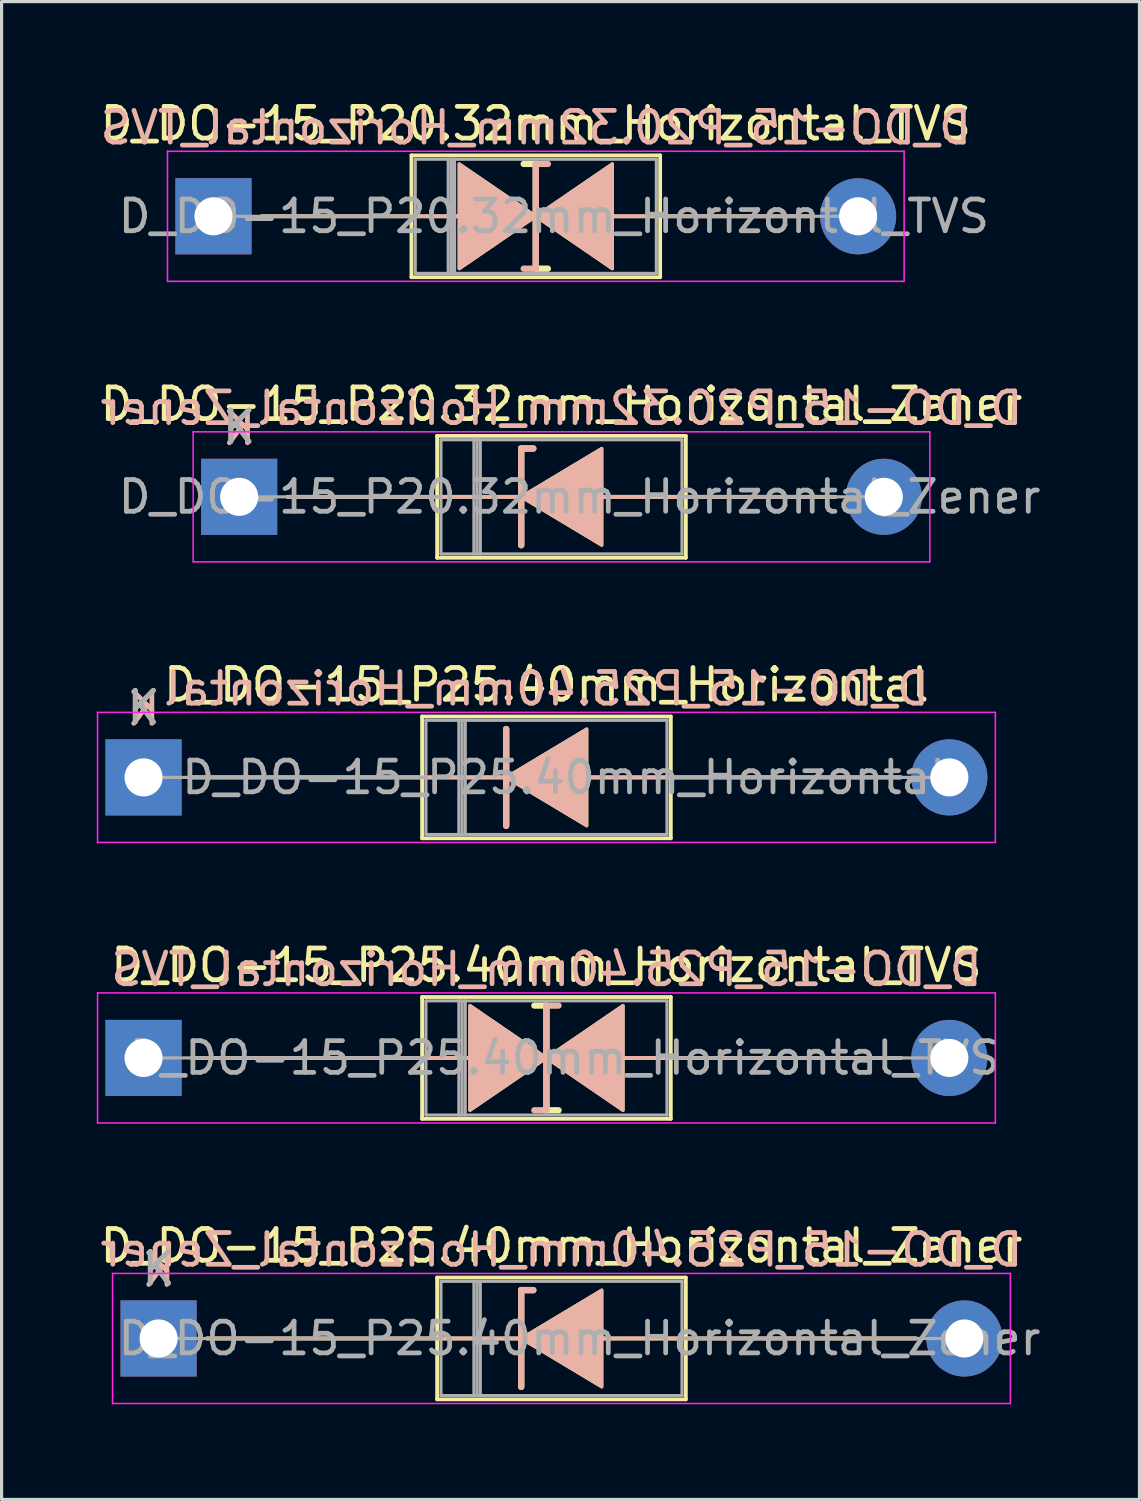
<source format=kicad_pcb>
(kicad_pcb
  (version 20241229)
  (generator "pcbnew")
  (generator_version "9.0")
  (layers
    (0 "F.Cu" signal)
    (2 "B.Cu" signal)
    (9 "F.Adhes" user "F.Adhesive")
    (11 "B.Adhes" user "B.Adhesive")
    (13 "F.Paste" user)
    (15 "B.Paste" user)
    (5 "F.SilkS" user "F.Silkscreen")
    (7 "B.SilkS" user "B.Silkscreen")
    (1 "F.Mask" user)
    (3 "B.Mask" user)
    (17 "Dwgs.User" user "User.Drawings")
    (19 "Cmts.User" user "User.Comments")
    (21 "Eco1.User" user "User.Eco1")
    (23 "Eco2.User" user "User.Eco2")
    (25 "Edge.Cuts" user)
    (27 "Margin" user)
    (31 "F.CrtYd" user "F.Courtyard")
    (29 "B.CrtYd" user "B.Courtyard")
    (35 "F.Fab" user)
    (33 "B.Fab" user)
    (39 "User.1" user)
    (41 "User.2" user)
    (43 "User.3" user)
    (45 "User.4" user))
  (footprint "D_DO-15_P25.40mm_Horizontal"
    (layer "F.Cu")
    (at 1.475 21.455)
    (property "Reference" "D_DO-15_P25.40mm_Horizontal" (at 12.7 -2.92 0) (layer "F.SilkS") (effects (font (size 1 1) (thickness 0.15))))
    (fp_line (start 1.524 0) (end 8.78 0) (stroke (width 0.12) (type solid)) (layer "F.SilkS"))
    (fp_line (start 8.78 -1.92) (end 8.78 1.92) (stroke (width 0.12) (type solid)) (layer "F.SilkS"))
    (fp_line (start 8.78 1.92) (end 16.62 1.92) (stroke (width 0.12) (type solid)) (layer "F.SilkS"))
    (fp_line (start 11.43 -1.524) (end 11.43 1.524) (stroke (width 0.2) (type solid)) (layer "F.SilkS"))
    (fp_line (start 11.43 0) (end 8.78 0) (stroke (width 0.12) (type solid)) (layer "F.SilkS"))
    (fp_line (start 16.62 -1.92) (end 8.78 -1.92) (stroke (width 0.12) (type solid)) (layer "F.SilkS"))
    (fp_line (start 16.62 0) (end 13.97 0) (stroke (width 0.12) (type solid)) (layer "F.SilkS"))
    (fp_line (start 16.62 1.92) (end 16.62 -1.92) (stroke (width 0.12) (type solid)) (layer "F.SilkS"))
    (fp_line (start 23.876 0) (end 16.62 0) (stroke (width 0.12) (type solid)) (layer "F.SilkS"))
    (fp_poly (pts (xy 13.97 1.524) (xy 11.43 0) (xy 13.97 -1.524)) (stroke (width 0.1) (type solid)) (fill yes) (layer "F.SilkS"))
    (fp_line (start 1.524 0) (end 8.78 0) (stroke (width 0.12) (type solid)) (layer "B.SilkS"))
    (fp_line (start 11.43 0) (end 8.78 0) (stroke (width 0.12) (type solid)) (layer "B.SilkS"))
    (fp_line (start 11.43 1.524) (end 11.43 -1.524) (stroke (width 0.2) (type solid)) (layer "B.SilkS"))
    (fp_line (start 16.62 0) (end 13.97 0) (stroke (width 0.12) (type solid)) (layer "B.SilkS"))
    (fp_line (start 23.876 0) (end 16.62 0) (stroke (width 0.12) (type solid)) (layer "B.SilkS"))
    (fp_poly (pts (xy 13.97 -1.524) (xy 11.43 0) (xy 13.97 1.524)) (stroke (width 0.1) (type solid)) (fill yes) (layer "B.SilkS"))
    (fp_line (start -1.45 -2.05) (end -1.45 2.05) (stroke (width 0.05) (type solid)) (layer "F.CrtYd"))
    (fp_line (start -1.45 2.05) (end 26.85 2.05) (stroke (width 0.05) (type solid)) (layer "F.CrtYd"))
    (fp_line (start 26.85 -2.05) (end -1.45 -2.05) (stroke (width 0.05) (type solid)) (layer "F.CrtYd"))
    (fp_line (start 26.85 2.05) (end 26.85 -2.05) (stroke (width 0.05) (type solid)) (layer "F.CrtYd"))
    (fp_line (start 0 0) (end 8.9 0) (stroke (width 0.1) (type solid)) (layer "F.Fab"))
    (fp_line (start 8.9 -1.8) (end 8.9 1.8) (stroke (width 0.1) (type solid)) (layer "F.Fab"))
    (fp_line (start 8.9 1.8) (end 16.5 1.8) (stroke (width 0.1) (type solid)) (layer "F.Fab"))
    (fp_line (start 9.94 -1.8) (end 9.94 1.8) (stroke (width 0.1) (type solid)) (layer "F.Fab"))
    (fp_line (start 10.04 -1.8) (end 10.04 1.8) (stroke (width 0.1) (type solid)) (layer "F.Fab"))
    (fp_line (start 10.14 -1.8) (end 10.14 1.8) (stroke (width 0.1) (type solid)) (layer "F.Fab"))
    (fp_line (start 16.5 -1.8) (end 8.9 -1.8) (stroke (width 0.1) (type solid)) (layer "F.Fab"))
    (fp_line (start 16.5 1.8) (end 16.5 -1.8) (stroke (width 0.1) (type solid)) (layer "F.Fab"))
    (fp_line (start 25.4 0) (end 16.5 0) (stroke (width 0.1) (type solid)) (layer "F.Fab"))
    (fp_text user "K" (at 0 -2.2 0) (layer "F.SilkS") (effects (font (size 1 1) (thickness 0.15))))
    (fp_text user "K" (at 0 -2.159 0) (layer "B.SilkS") (effects (font (size 1 1) (thickness 0.15)) (justify mirror)))
    (fp_text user "${REFERENCE}" (at 12.7 -2.794 0) (layer "B.SilkS") (effects (font (size 1 1) (thickness 0.15)) (justify mirror)))
    (fp_text user "K" (at 0 -2.2 0) (layer "F.Fab") (effects (font (size 1 1) (thickness 0.15))))
    (fp_text user "${REFERENCE}" (at 13.27 0 0) (layer "F.Fab") (effects (font (size 1 1) (thickness 0.15))))
    (pad "1" thru_hole rect (at 0 0) (size 2.4 2.4) (drill 1.2) (layers "*.Cu" "*.Mask"))
    (pad "2" thru_hole oval (at 25.4 0) (size 2.4 2.4) (drill 1.2) (layers "*.Cu" "*.Mask")))
  (footprint "D_DO-15_P25.40mm_Horizontal_TVS"
    (layer "F.Cu")
    (at 1.475 30.298)
    (property "Reference" "D_DO-15_P25.40mm_Horizontal_TVS" (at 12.7 -2.92 0) (layer "F.SilkS") (effects (font (size 1 1) (thickness 0.15))))
    (fp_line (start 1.524 0) (end 8.78 0) (stroke (width 0.12) (type solid)) (layer "F.SilkS"))
    (fp_line (start 8.78 -1.92) (end 8.78 1.92) (stroke (width 0.12) (type solid)) (layer "F.SilkS"))
    (fp_line (start 8.78 0) (end 10.287 0) (stroke (width 0.12) (type solid)) (layer "F.SilkS"))
    (fp_line (start 8.78 1.92) (end 16.62 1.92) (stroke (width 0.12) (type solid)) (layer "F.SilkS"))
    (fp_line (start 12.7 -1.651) (end 12.319 -1.651) (stroke (width 0.2) (type solid)) (layer "F.SilkS"))
    (fp_line (start 12.7 1.651) (end 12.7 -1.651) (stroke (width 0.2) (type solid)) (layer "F.SilkS"))
    (fp_line (start 13.081 1.651) (end 12.7 1.651) (stroke (width 0.2) (type solid)) (layer "F.SilkS"))
    (fp_line (start 16.62 -1.92) (end 8.78 -1.92) (stroke (width 0.12) (type solid)) (layer "F.SilkS"))
    (fp_line (start 16.62 1.92) (end 16.62 -1.92) (stroke (width 0.12) (type solid)) (layer "F.SilkS"))
    (fp_line (start 16.637 0) (end 15.113 0) (stroke (width 0.12) (type solid)) (layer "F.SilkS"))
    (fp_line (start 23.876 0) (end 16.62 0) (stroke (width 0.12) (type solid)) (layer "F.SilkS"))
    (fp_poly (pts (xy 12.7 0) (xy 10.287 1.651) (xy 10.287 -1.651)) (stroke (width 0.1) (type solid)) (fill yes) (layer "F.SilkS"))
    (fp_poly (pts (xy 12.7 0) (xy 15.113 -1.651) (xy 15.113 1.651)) (stroke (width 0.1) (type solid)) (fill yes) (layer "F.SilkS"))
    (fp_line (start 1.524 0) (end 8.78 0) (stroke (width 0.12) (type solid)) (layer "B.SilkS"))
    (fp_line (start 8.78 0) (end 10.287 0) (stroke (width 0.12) (type solid)) (layer "B.SilkS"))
    (fp_line (start 12.7 -1.651) (end 12.7 1.651) (stroke (width 0.2) (type solid)) (layer "B.SilkS"))
    (fp_line (start 12.7 1.651) (end 12.319 1.651) (stroke (width 0.2) (type solid)) (layer "B.SilkS"))
    (fp_line (start 13.081 -1.651) (end 12.7 -1.651) (stroke (width 0.2) (type solid)) (layer "B.SilkS"))
    (fp_line (start 16.637 0) (end 15.113 0) (stroke (width 0.12) (type solid)) (layer "B.SilkS"))
    (fp_line (start 23.876 0) (end 16.62 0) (stroke (width 0.12) (type solid)) (layer "B.SilkS"))
    (fp_poly (pts (xy 12.7 0) (xy 10.287 -1.651) (xy 10.287 1.651)) (stroke (width 0.1) (type solid)) (fill yes) (layer "B.SilkS"))
    (fp_poly (pts (xy 12.7 0) (xy 15.113 1.651) (xy 15.113 -1.651)) (stroke (width 0.1) (type solid)) (fill yes) (layer "B.SilkS"))
    (fp_line (start -1.45 -2.05) (end -1.45 2.05) (stroke (width 0.05) (type solid)) (layer "F.CrtYd"))
    (fp_line (start -1.45 2.05) (end 26.85 2.05) (stroke (width 0.05) (type solid)) (layer "F.CrtYd"))
    (fp_line (start 26.85 -2.05) (end -1.45 -2.05) (stroke (width 0.05) (type solid)) (layer "F.CrtYd"))
    (fp_line (start 26.85 2.05) (end 26.85 -2.05) (stroke (width 0.05) (type solid)) (layer "F.CrtYd"))
    (fp_line (start 0 0) (end 8.9 0) (stroke (width 0.1) (type solid)) (layer "F.Fab"))
    (fp_line (start 8.9 -1.8) (end 8.9 1.8) (stroke (width 0.1) (type solid)) (layer "F.Fab"))
    (fp_line (start 8.9 1.8) (end 16.5 1.8) (stroke (width 0.1) (type solid)) (layer "F.Fab"))
    (fp_line (start 9.94 -1.8) (end 9.94 1.8) (stroke (width 0.1) (type solid)) (layer "F.Fab"))
    (fp_line (start 10.04 -1.8) (end 10.04 1.8) (stroke (width 0.1) (type solid)) (layer "F.Fab"))
    (fp_line (start 10.14 -1.8) (end 10.14 1.8) (stroke (width 0.1) (type solid)) (layer "F.Fab"))
    (fp_line (start 16.5 -1.8) (end 8.9 -1.8) (stroke (width 0.1) (type solid)) (layer "F.Fab"))
    (fp_line (start 16.5 1.8) (end 16.5 -1.8) (stroke (width 0.1) (type solid)) (layer "F.Fab"))
    (fp_line (start 25.4 0) (end 16.5 0) (stroke (width 0.1) (type solid)) (layer "F.Fab"))
    (fp_text user "${REFERENCE}" (at 12.7 -2.794 0) (layer "B.SilkS") (effects (font (size 1 1) (thickness 0.15)) (justify mirror)))
    (fp_text user "${REFERENCE}" (at 13.27 0 0) (layer "F.Fab") (effects (font (size 1 1) (thickness 0.15))))
    (pad "1" thru_hole rect (at 0 0) (size 2.4 2.4) (drill 1.2) (layers "*.Cu" "*.Mask"))
    (pad "2" thru_hole oval (at 25.4 0) (size 2.4 2.4) (drill 1.2) (layers "*.Cu" "*.Mask")))
  (footprint "D_DO-15_P25.40mm_Horizontal_Zener"
    (layer "F.Cu")
    (at 1.949 39.141)
    (property "Reference" "D_DO-15_P25.40mm_Horizontal_Zener" (at 12.7 -2.92 0) (layer "F.SilkS") (effects (font (size 1 1) (thickness 0.15))))
    (fp_line (start 1.524 0) (end 8.78 0) (stroke (width 0.12) (type solid)) (layer "F.SilkS"))
    (fp_line (start 8.78 -1.92) (end 8.78 1.92) (stroke (width 0.12) (type solid)) (layer "F.SilkS"))
    (fp_line (start 8.78 1.92) (end 16.62 1.92) (stroke (width 0.12) (type solid)) (layer "F.SilkS"))
    (fp_line (start 11.43 -1.524) (end 11.43 1.524) (stroke (width 0.2) (type solid)) (layer "F.SilkS"))
    (fp_line (start 11.43 -1.524) (end 11.811 -1.524) (stroke (width 0.2) (type solid)) (layer "F.SilkS"))
    (fp_line (start 11.43 0) (end 8.78 0) (stroke (width 0.12) (type solid)) (layer "F.SilkS"))
    (fp_line (start 16.62 -1.92) (end 8.78 -1.92) (stroke (width 0.12) (type solid)) (layer "F.SilkS"))
    (fp_line (start 16.62 0) (end 13.97 0) (stroke (width 0.12) (type solid)) (layer "F.SilkS"))
    (fp_line (start 16.62 1.92) (end 16.62 -1.92) (stroke (width 0.12) (type solid)) (layer "F.SilkS"))
    (fp_line (start 23.876 0) (end 16.62 0) (stroke (width 0.12) (type solid)) (layer "F.SilkS"))
    (fp_poly (pts (xy 13.97 1.524) (xy 11.43 0) (xy 13.97 -1.524)) (stroke (width 0.1) (type solid)) (fill yes) (layer "F.SilkS"))
    (fp_line (start 1.524 0) (end 8.78 0) (stroke (width 0.12) (type solid)) (layer "B.SilkS"))
    (fp_line (start 11.43 -1.524) (end 11.811 -1.524) (stroke (width 0.2) (type solid)) (layer "B.SilkS"))
    (fp_line (start 11.43 0) (end 8.78 0) (stroke (width 0.12) (type solid)) (layer "B.SilkS"))
    (fp_line (start 11.43 1.524) (end 11.43 -1.524) (stroke (width 0.2) (type solid)) (layer "B.SilkS"))
    (fp_line (start 16.62 0) (end 13.97 0) (stroke (width 0.12) (type solid)) (layer "B.SilkS"))
    (fp_line (start 23.876 0) (end 16.62 0) (stroke (width 0.12) (type solid)) (layer "B.SilkS"))
    (fp_poly (pts (xy 13.97 -1.524) (xy 11.43 0) (xy 13.97 1.524)) (stroke (width 0.1) (type solid)) (fill yes) (layer "B.SilkS"))
    (fp_line (start -1.45 -2.05) (end -1.45 2.05) (stroke (width 0.05) (type solid)) (layer "F.CrtYd"))
    (fp_line (start -1.45 2.05) (end 26.85 2.05) (stroke (width 0.05) (type solid)) (layer "F.CrtYd"))
    (fp_line (start 26.85 -2.05) (end -1.45 -2.05) (stroke (width 0.05) (type solid)) (layer "F.CrtYd"))
    (fp_line (start 26.85 2.05) (end 26.85 -2.05) (stroke (width 0.05) (type solid)) (layer "F.CrtYd"))
    (fp_line (start 0 0) (end 8.9 0) (stroke (width 0.1) (type solid)) (layer "F.Fab"))
    (fp_line (start 8.9 -1.8) (end 8.9 1.8) (stroke (width 0.1) (type solid)) (layer "F.Fab"))
    (fp_line (start 8.9 1.8) (end 16.5 1.8) (stroke (width 0.1) (type solid)) (layer "F.Fab"))
    (fp_line (start 9.94 -1.8) (end 9.94 1.8) (stroke (width 0.1) (type solid)) (layer "F.Fab"))
    (fp_line (start 10.04 -1.8) (end 10.04 1.8) (stroke (width 0.1) (type solid)) (layer "F.Fab"))
    (fp_line (start 10.14 -1.8) (end 10.14 1.8) (stroke (width 0.1) (type solid)) (layer "F.Fab"))
    (fp_line (start 16.5 -1.8) (end 8.9 -1.8) (stroke (width 0.1) (type solid)) (layer "F.Fab"))
    (fp_line (start 16.5 1.8) (end 16.5 -1.8) (stroke (width 0.1) (type solid)) (layer "F.Fab"))
    (fp_line (start 25.4 0) (end 16.5 0) (stroke (width 0.1) (type solid)) (layer "F.Fab"))
    (fp_text user "K" (at 0 -2.2 0) (layer "F.SilkS") (effects (font (size 1 1) (thickness 0.15))))
    (fp_text user "${REFERENCE}" (at 12.7 -2.794 0) (layer "B.SilkS") (effects (font (size 1 1) (thickness 0.15)) (justify mirror)))
    (fp_text user "K" (at 0 -2.159 0) (layer "B.SilkS") (effects (font (size 1 1) (thickness 0.15)) (justify mirror)))
    (fp_text user "${REFERENCE}" (at 13.27 0 0) (layer "F.Fab") (effects (font (size 1 1) (thickness 0.15))))
    (fp_text user "K" (at 0 -2.2 0) (layer "F.Fab") (effects (font (size 1 1) (thickness 0.15))))
    (pad "1" thru_hole rect (at 0 0) (size 2.4 2.4) (drill 1.2) (layers "*.Cu" "*.Mask"))
    (pad "2" thru_hole oval (at 25.4 0) (size 2.4 2.4) (drill 1.2) (layers "*.Cu" "*.Mask")))
  (footprint "D_DO-15_P20.32mm_Horizontal_Zener"
    (layer "F.Cu")
    (at 4.489 12.611)
    (property "Reference" "D_DO-15_P20.32mm_Horizontal_Zener" (at 10.16 -2.92 0) (layer "F.SilkS") (effects (font (size 1 1) (thickness 0.15))))
    (fp_line (start 1.524 0) (end 6.24 0) (stroke (width 0.12) (type solid)) (layer "F.SilkS"))
    (fp_line (start 6.24 -1.92) (end 6.24 1.92) (stroke (width 0.12) (type solid)) (layer "F.SilkS"))
    (fp_line (start 6.24 1.92) (end 14.08 1.92) (stroke (width 0.12) (type solid)) (layer "F.SilkS"))
    (fp_line (start 8.89 -1.524) (end 8.89 1.524) (stroke (width 0.2) (type solid)) (layer "F.SilkS"))
    (fp_line (start 8.89 -1.524) (end 9.271 -1.524) (stroke (width 0.2) (type solid)) (layer "F.SilkS"))
    (fp_line (start 8.89 0) (end 6.24 0) (stroke (width 0.12) (type solid)) (layer "F.SilkS"))
    (fp_line (start 14.08 -1.92) (end 6.24 -1.92) (stroke (width 0.12) (type solid)) (layer "F.SilkS"))
    (fp_line (start 14.08 0) (end 11.43 0) (stroke (width 0.12) (type solid)) (layer "F.SilkS"))
    (fp_line (start 14.08 1.92) (end 14.08 -1.92) (stroke (width 0.12) (type solid)) (layer "F.SilkS"))
    (fp_line (start 18.796 0) (end 14.08 0) (stroke (width 0.12) (type solid)) (layer "F.SilkS"))
    (fp_poly (pts (xy 11.43 1.524) (xy 8.89 0) (xy 11.43 -1.524)) (stroke (width 0.1) (type solid)) (fill yes) (layer "F.SilkS"))
    (fp_line (start 1.524 0) (end 6.24 0) (stroke (width 0.12) (type solid)) (layer "B.SilkS"))
    (fp_line (start 8.89 -1.524) (end 9.271 -1.524) (stroke (width 0.2) (type solid)) (layer "B.SilkS"))
    (fp_line (start 8.89 0) (end 6.24 0) (stroke (width 0.12) (type solid)) (layer "B.SilkS"))
    (fp_line (start 8.89 1.524) (end 8.89 -1.524) (stroke (width 0.2) (type solid)) (layer "B.SilkS"))
    (fp_line (start 14.08 0) (end 11.43 0) (stroke (width 0.12) (type solid)) (layer "B.SilkS"))
    (fp_line (start 18.796 0) (end 14.08 0) (stroke (width 0.12) (type solid)) (layer "B.SilkS"))
    (fp_poly (pts (xy 11.43 -1.524) (xy 8.89 0) (xy 11.43 1.524)) (stroke (width 0.1) (type solid)) (fill yes) (layer "B.SilkS"))
    (fp_line (start -1.45 -2.05) (end -1.45 2.05) (stroke (width 0.05) (type solid)) (layer "F.CrtYd"))
    (fp_line (start -1.45 2.05) (end 21.77 2.05) (stroke (width 0.05) (type solid)) (layer "F.CrtYd"))
    (fp_line (start 21.77 -2.05) (end -1.45 -2.05) (stroke (width 0.05) (type solid)) (layer "F.CrtYd"))
    (fp_line (start 21.77 2.05) (end 21.77 -2.05) (stroke (width 0.05) (type solid)) (layer "F.CrtYd"))
    (fp_line (start 0 0) (end 6.36 0) (stroke (width 0.1) (type solid)) (layer "F.Fab"))
    (fp_line (start 6.36 -1.8) (end 6.36 1.8) (stroke (width 0.1) (type solid)) (layer "F.Fab"))
    (fp_line (start 6.36 1.8) (end 13.96 1.8) (stroke (width 0.1) (type solid)) (layer "F.Fab"))
    (fp_line (start 7.4 -1.8) (end 7.4 1.8) (stroke (width 0.1) (type solid)) (layer "F.Fab"))
    (fp_line (start 7.5 -1.8) (end 7.5 1.8) (stroke (width 0.1) (type solid)) (layer "F.Fab"))
    (fp_line (start 7.6 -1.8) (end 7.6 1.8) (stroke (width 0.1) (type solid)) (layer "F.Fab"))
    (fp_line (start 13.96 -1.8) (end 6.36 -1.8) (stroke (width 0.1) (type solid)) (layer "F.Fab"))
    (fp_line (start 13.96 1.8) (end 13.96 -1.8) (stroke (width 0.1) (type solid)) (layer "F.Fab"))
    (fp_line (start 20.32 0) (end 13.96 0) (stroke (width 0.1) (type solid)) (layer "F.Fab"))
    (fp_text user "K" (at 0 -2.2 0) (layer "F.SilkS") (effects (font (size 1 1) (thickness 0.15))))
    (fp_text user "K" (at 0 -2.159 0) (layer "B.SilkS") (effects (font (size 1 1) (thickness 0.15)) (justify mirror)))
    (fp_text user "${REFERENCE}" (at 10.16 -2.794 0) (layer "B.SilkS") (effects (font (size 1 1) (thickness 0.15)) (justify mirror)))
    (fp_text user "${REFERENCE}" (at 10.73 0 0) (layer "F.Fab") (effects (font (size 1 1) (thickness 0.15))))
    (fp_text user "K" (at 0 -2.2 0) (layer "F.Fab") (effects (font (size 1 1) (thickness 0.15))))
    (pad "1" thru_hole rect (at 0 0) (size 2.4 2.4) (drill 1.2) (layers "*.Cu" "*.Mask"))
    (pad "2" thru_hole oval (at 20.32 0) (size 2.4 2.4) (drill 1.2) (layers "*.Cu" "*.Mask")))
  (footprint "D_DO-15_P20.32mm_Horizontal_TVS"
    (layer "F.Cu")
    (at 3.679 3.768)
    (property "Reference" "D_DO-15_P20.32mm_Horizontal_TVS" (at 10.16 -2.92 0) (layer "F.SilkS") (effects (font (size 1 1) (thickness 0.15))))
    (fp_line (start 1.524 0) (end 6.24 0) (stroke (width 0.12) (type solid)) (layer "F.SilkS"))
    (fp_line (start 6.24 -1.92) (end 6.24 1.92) (stroke (width 0.12) (type solid)) (layer "F.SilkS"))
    (fp_line (start 6.24 0) (end 7.747 0) (stroke (width 0.12) (type solid)) (layer "F.SilkS"))
    (fp_line (start 6.24 1.92) (end 14.08 1.92) (stroke (width 0.12) (type solid)) (layer "F.SilkS"))
    (fp_line (start 10.16 -1.651) (end 9.779 -1.651) (stroke (width 0.2) (type solid)) (layer "F.SilkS"))
    (fp_line (start 10.16 1.651) (end 10.16 -1.651) (stroke (width 0.2) (type solid)) (layer "F.SilkS"))
    (fp_line (start 10.541 1.651) (end 10.16 1.651) (stroke (width 0.2) (type solid)) (layer "F.SilkS"))
    (fp_line (start 14.08 -1.92) (end 6.24 -1.92) (stroke (width 0.12) (type solid)) (layer "F.SilkS"))
    (fp_line (start 14.08 1.92) (end 14.08 -1.92) (stroke (width 0.12) (type solid)) (layer "F.SilkS"))
    (fp_line (start 14.097 0) (end 12.573 0) (stroke (width 0.12) (type solid)) (layer "F.SilkS"))
    (fp_line (start 18.796 0) (end 14.08 0) (stroke (width 0.12) (type solid)) (layer "F.SilkS"))
    (fp_poly (pts (xy 10.16 0) (xy 7.747 1.651) (xy 7.747 -1.651)) (stroke (width 0.1) (type solid)) (fill yes) (layer "F.SilkS"))
    (fp_poly (pts (xy 10.16 0) (xy 12.573 -1.651) (xy 12.573 1.651)) (stroke (width 0.1) (type solid)) (fill yes) (layer "F.SilkS"))
    (fp_line (start 1.524 0) (end 6.24 0) (stroke (width 0.12) (type solid)) (layer "B.SilkS"))
    (fp_line (start 6.24 0) (end 7.747 0) (stroke (width 0.12) (type solid)) (layer "B.SilkS"))
    (fp_line (start 10.16 -1.651) (end 10.16 1.651) (stroke (width 0.2) (type solid)) (layer "B.SilkS"))
    (fp_line (start 10.16 1.651) (end 9.779 1.651) (stroke (width 0.2) (type solid)) (layer "B.SilkS"))
    (fp_line (start 10.541 -1.651) (end 10.16 -1.651) (stroke (width 0.2) (type solid)) (layer "B.SilkS"))
    (fp_line (start 14.097 0) (end 12.573 0) (stroke (width 0.12) (type solid)) (layer "B.SilkS"))
    (fp_line (start 18.796 0) (end 14.08 0) (stroke (width 0.12) (type solid)) (layer "B.SilkS"))
    (fp_poly (pts (xy 10.16 0) (xy 7.747 -1.651) (xy 7.747 1.651)) (stroke (width 0.1) (type solid)) (fill yes) (layer "B.SilkS"))
    (fp_poly (pts (xy 10.16 0) (xy 12.573 1.651) (xy 12.573 -1.651)) (stroke (width 0.1) (type solid)) (fill yes) (layer "B.SilkS"))
    (fp_line (start -1.45 -2.05) (end -1.45 2.05) (stroke (width 0.05) (type solid)) (layer "F.CrtYd"))
    (fp_line (start -1.45 2.05) (end 21.77 2.05) (stroke (width 0.05) (type solid)) (layer "F.CrtYd"))
    (fp_line (start 21.77 -2.05) (end -1.45 -2.05) (stroke (width 0.05) (type solid)) (layer "F.CrtYd"))
    (fp_line (start 21.77 2.05) (end 21.77 -2.05) (stroke (width 0.05) (type solid)) (layer "F.CrtYd"))
    (fp_line (start 0 0) (end 6.36 0) (stroke (width 0.1) (type solid)) (layer "F.Fab"))
    (fp_line (start 6.36 -1.8) (end 6.36 1.8) (stroke (width 0.1) (type solid)) (layer "F.Fab"))
    (fp_line (start 6.36 1.8) (end 13.96 1.8) (stroke (width 0.1) (type solid)) (layer "F.Fab"))
    (fp_line (start 7.4 -1.8) (end 7.4 1.8) (stroke (width 0.1) (type solid)) (layer "F.Fab"))
    (fp_line (start 7.5 -1.8) (end 7.5 1.8) (stroke (width 0.1) (type solid)) (layer "F.Fab"))
    (fp_line (start 7.6 -1.8) (end 7.6 1.8) (stroke (width 0.1) (type solid)) (layer "F.Fab"))
    (fp_line (start 13.96 -1.8) (end 6.36 -1.8) (stroke (width 0.1) (type solid)) (layer "F.Fab"))
    (fp_line (start 13.96 1.8) (end 13.96 -1.8) (stroke (width 0.1) (type solid)) (layer "F.Fab"))
    (fp_line (start 20.32 0) (end 13.96 0) (stroke (width 0.1) (type solid)) (layer "F.Fab"))
    (fp_text user "${REFERENCE}" (at 10.16 -2.794 0) (layer "B.SilkS") (effects (font (size 1 1) (thickness 0.15)) (justify mirror)))
    (fp_text user "${REFERENCE}" (at 10.73 0 0) (layer "F.Fab") (effects (font (size 1 1) (thickness 0.15))))
    (pad "1" thru_hole rect (at 0 0) (size 2.4 2.4) (drill 1.2) (layers "*.Cu" "*.Mask"))
    (pad "2" thru_hole oval (at 20.32 0) (size 2.4 2.4) (drill 1.2) (layers "*.Cu" "*.Mask")))
  (gr_rect
    (start -3 -3)
    (end 32.868 44.216)
    (stroke (width 0.1) (type default))
    (fill no)
    (layer "Edge.Cuts")))
</source>
